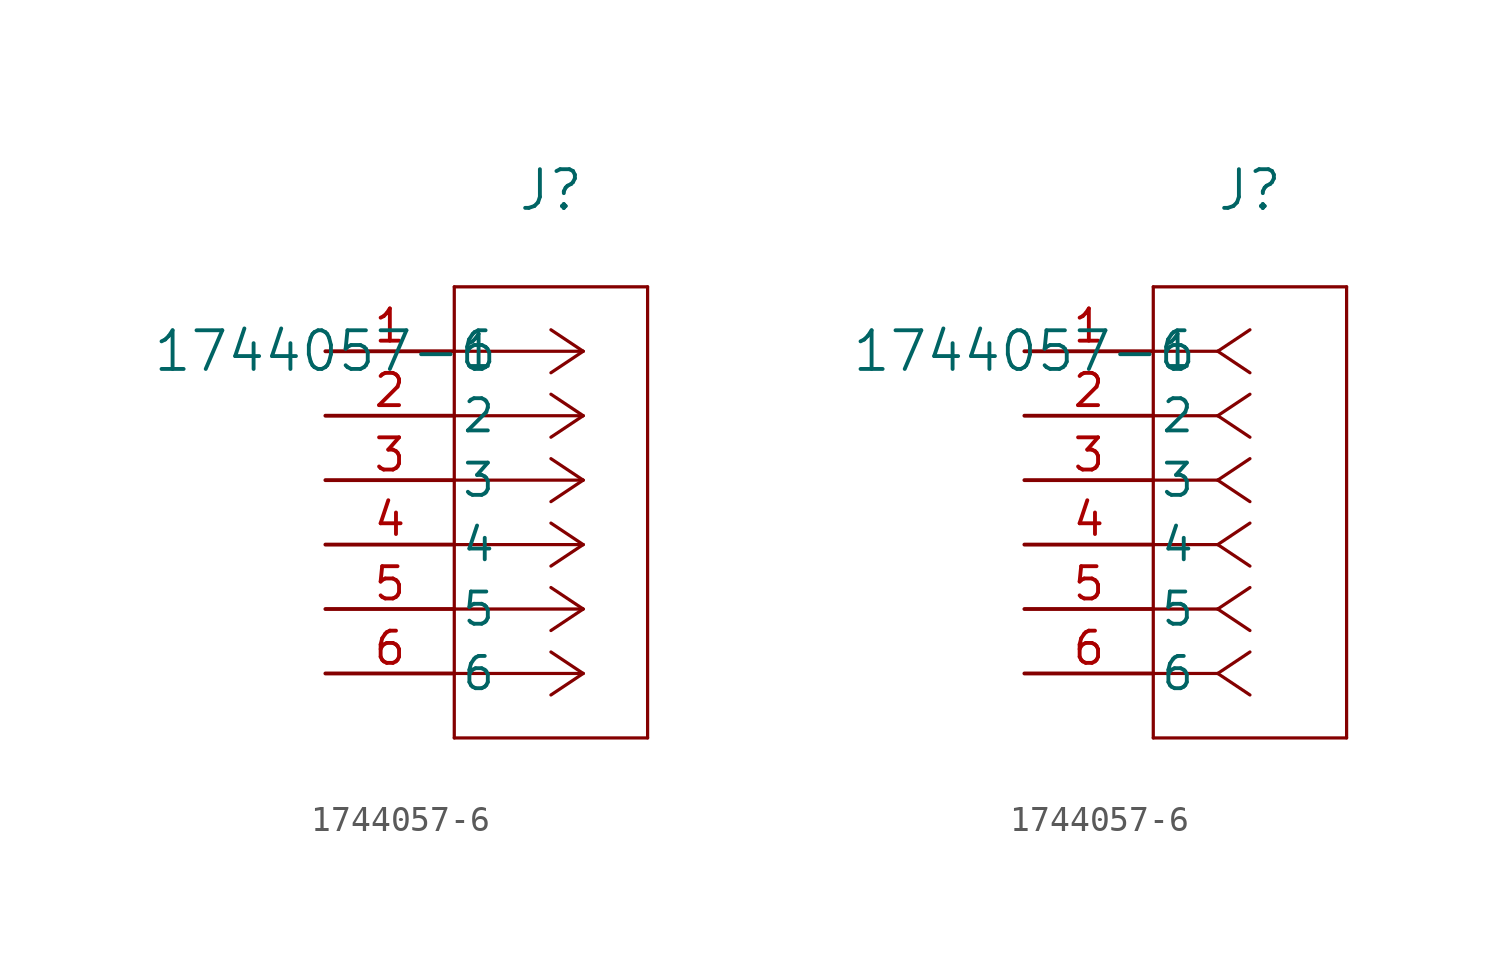
<source format=kicad_sym>
(kicad_symbol_lib
  (version 20211014)
  (generator kicad_symbol_editor)
  (symbol "1744057-6"
    (pin_names
      (offset 0.254))
    (property "Reference" "J"
      (at 8.89 6.35 0)
      (effects (font (size 1.524 1.524))))
    (property "Value" "1744057-6"
      (at 0 0 0)
      (effects (font (size 1.524 1.524))))
    (symbol "1744057-6_1_1"
      (polyline (pts (xy 10.16 0) (xy 5.08 0)) (stroke (width 0.127) (type default) (color 0 0 0 0)) (fill (type none)))
      (polyline (pts (xy 10.16 -2.54) (xy 5.08 -2.54)) (stroke (width 0.127) (type default) (color 0 0 0 0)) (fill (type none)))
      (polyline (pts (xy 10.16 -5.08) (xy 5.08 -5.08)) (stroke (width 0.127) (type default) (color 0 0 0 0)) (fill (type none)))
      (polyline (pts (xy 10.16 -7.62) (xy 5.08 -7.62)) (stroke (width 0.127) (type default) (color 0 0 0 0)) (fill (type none)))
      (polyline (pts (xy 10.16 -10.16) (xy 5.08 -10.16)) (stroke (width 0.127) (type default) (color 0 0 0 0)) (fill (type none)))
      (polyline (pts (xy 10.16 -12.7) (xy 5.08 -12.7)) (stroke (width 0.127) (type default) (color 0 0 0 0)) (fill (type none)))
      (polyline (pts (xy 10.16 0) (xy 8.89 0.847)) (stroke (width 0.127) (type default) (color 0 0 0 0)) (fill (type none)))
      (polyline (pts (xy 10.16 -2.54) (xy 8.89 -1.693)) (stroke (width 0.127) (type default) (color 0 0 0 0)) (fill (type none)))
      (polyline (pts (xy 10.16 -5.08) (xy 8.89 -4.233)) (stroke (width 0.127) (type default) (color 0 0 0 0)) (fill (type none)))
      (polyline (pts (xy 10.16 -7.62) (xy 8.89 -6.773)) (stroke (width 0.127) (type default) (color 0 0 0 0)) (fill (type none)))
      (polyline (pts (xy 10.16 -10.16) (xy 8.89 -9.313)) (stroke (width 0.127) (type default) (color 0 0 0 0)) (fill (type none)))
      (polyline (pts (xy 10.16 -12.7) (xy 8.89 -11.853)) (stroke (width 0.127) (type default) (color 0 0 0 0)) (fill (type none)))
      (polyline (pts (xy 10.16 0) (xy 8.89 -0.847)) (stroke (width 0.127) (type default) (color 0 0 0 0)) (fill (type none)))
      (polyline (pts (xy 10.16 -2.54) (xy 8.89 -3.387)) (stroke (width 0.127) (type default) (color 0 0 0 0)) (fill (type none)))
      (polyline (pts (xy 10.16 -5.08) (xy 8.89 -5.927)) (stroke (width 0.127) (type default) (color 0 0 0 0)) (fill (type none)))
      (polyline (pts (xy 10.16 -7.62) (xy 8.89 -8.467)) (stroke (width 0.127) (type default) (color 0 0 0 0)) (fill (type none)))
      (polyline (pts (xy 10.16 -10.16) (xy 8.89 -11.007)) (stroke (width 0.127) (type default) (color 0 0 0 0)) (fill (type none)))
      (polyline (pts (xy 10.16 -12.7) (xy 8.89 -13.547)) (stroke (width 0.127) (type default) (color 0 0 0 0)) (fill (type none)))
      (polyline (pts (xy 5.08 2.54) (xy 5.08 -15.24)) (stroke (width 0.127) (type default) (color 0 0 0 0)) (fill (type none)))
      (polyline (pts (xy 5.08 -15.24) (xy 12.7 -15.24)) (stroke (width 0.127) (type default) (color 0 0 0 0)) (fill (type none)))
      (polyline (pts (xy 12.7 -15.24) (xy 12.7 2.54)) (stroke (width 0.127) (type default) (color 0 0 0 0)) (fill (type none)))
      (polyline (pts (xy 12.7 2.54) (xy 5.08 2.54)) (stroke (width 0.127) (type default) (color 0 0 0 0)) (fill (type none)))
      (pin unspecified line (at 0 0 0) (length 5.08) (name "1" (effects (font (size 1.27 1.27)))) (number "1" (effects (font (size 1.27 1.27)))))
      (pin unspecified line (at 0 -2.54 0) (length 5.08) (name "2" (effects (font (size 1.27 1.27)))) (number "2" (effects (font (size 1.27 1.27)))))
      (pin unspecified line (at 0 -5.08 0) (length 5.08) (name "3" (effects (font (size 1.27 1.27)))) (number "3" (effects (font (size 1.27 1.27)))))
      (pin unspecified line (at 0 -7.62 0) (length 5.08) (name "4" (effects (font (size 1.27 1.27)))) (number "4" (effects (font (size 1.27 1.27)))))
      (pin unspecified line (at 0 -10.16 0) (length 5.08) (name "5" (effects (font (size 1.27 1.27)))) (number "5" (effects (font (size 1.27 1.27)))))
      (pin unspecified line (at 0 -12.7 0) (length 5.08) (name "6" (effects (font (size 1.27 1.27)))) (number "6" (effects (font (size 1.27 1.27))))))
    (symbol "1744057-6_1_2"
      (polyline (pts (xy 7.62 0) (xy 5.08 0)) (stroke (width 0.127) (type default) (color 0 0 0 0)) (fill (type none)))
      (polyline (pts (xy 7.62 -2.54) (xy 5.08 -2.54)) (stroke (width 0.127) (type default) (color 0 0 0 0)) (fill (type none)))
      (polyline (pts (xy 7.62 -5.08) (xy 5.08 -5.08)) (stroke (width 0.127) (type default) (color 0 0 0 0)) (fill (type none)))
      (polyline (pts (xy 7.62 -7.62) (xy 5.08 -7.62)) (stroke (width 0.127) (type default) (color 0 0 0 0)) (fill (type none)))
      (polyline (pts (xy 7.62 -10.16) (xy 5.08 -10.16)) (stroke (width 0.127) (type default) (color 0 0 0 0)) (fill (type none)))
      (polyline (pts (xy 7.62 -12.7) (xy 5.08 -12.7)) (stroke (width 0.127) (type default) (color 0 0 0 0)) (fill (type none)))
      (polyline (pts (xy 7.62 0) (xy 8.89 0.847)) (stroke (width 0.127) (type default) (color 0 0 0 0)) (fill (type none)))
      (polyline (pts (xy 7.62 -2.54) (xy 8.89 -1.693)) (stroke (width 0.127) (type default) (color 0 0 0 0)) (fill (type none)))
      (polyline (pts (xy 7.62 -5.08) (xy 8.89 -4.233)) (stroke (width 0.127) (type default) (color 0 0 0 0)) (fill (type none)))
      (polyline (pts (xy 7.62 -7.62) (xy 8.89 -6.773)) (stroke (width 0.127) (type default) (color 0 0 0 0)) (fill (type none)))
      (polyline (pts (xy 7.62 -10.16) (xy 8.89 -9.313)) (stroke (width 0.127) (type default) (color 0 0 0 0)) (fill (type none)))
      (polyline (pts (xy 7.62 -12.7) (xy 8.89 -11.853)) (stroke (width 0.127) (type default) (color 0 0 0 0)) (fill (type none)))
      (polyline (pts (xy 7.62 0) (xy 8.89 -0.847)) (stroke (width 0.127) (type default) (color 0 0 0 0)) (fill (type none)))
      (polyline (pts (xy 7.62 -2.54) (xy 8.89 -3.387)) (stroke (width 0.127) (type default) (color 0 0 0 0)) (fill (type none)))
      (polyline (pts (xy 7.62 -5.08) (xy 8.89 -5.927)) (stroke (width 0.127) (type default) (color 0 0 0 0)) (fill (type none)))
      (polyline (pts (xy 7.62 -7.62) (xy 8.89 -8.467)) (stroke (width 0.127) (type default) (color 0 0 0 0)) (fill (type none)))
      (polyline (pts (xy 7.62 -10.16) (xy 8.89 -11.007)) (stroke (width 0.127) (type default) (color 0 0 0 0)) (fill (type none)))
      (polyline (pts (xy 7.62 -12.7) (xy 8.89 -13.547)) (stroke (width 0.127) (type default) (color 0 0 0 0)) (fill (type none)))
      (polyline (pts (xy 5.08 2.54) (xy 5.08 -15.24)) (stroke (width 0.127) (type default) (color 0 0 0 0)) (fill (type none)))
      (polyline (pts (xy 5.08 -15.24) (xy 12.7 -15.24)) (stroke (width 0.127) (type default) (color 0 0 0 0)) (fill (type none)))
      (polyline (pts (xy 12.7 -15.24) (xy 12.7 2.54)) (stroke (width 0.127) (type default) (color 0 0 0 0)) (fill (type none)))
      (polyline (pts (xy 12.7 2.54) (xy 5.08 2.54)) (stroke (width 0.127) (type default) (color 0 0 0 0)) (fill (type none)))
      (pin unspecified line (at 0 0 0) (length 5.08) (name "1" (effects (font (size 1.27 1.27)))) (number "1" (effects (font (size 1.27 1.27)))))
      (pin unspecified line (at 0 -2.54 0) (length 5.08) (name "2" (effects (font (size 1.27 1.27)))) (number "2" (effects (font (size 1.27 1.27)))))
      (pin unspecified line (at 0 -5.08 0) (length 5.08) (name "3" (effects (font (size 1.27 1.27)))) (number "3" (effects (font (size 1.27 1.27)))))
      (pin unspecified line (at 0 -7.62 0) (length 5.08) (name "4" (effects (font (size 1.27 1.27)))) (number "4" (effects (font (size 1.27 1.27)))))
      (pin unspecified line (at 0 -10.16 0) (length 5.08) (name "5" (effects (font (size 1.27 1.27)))) (number "5" (effects (font (size 1.27 1.27)))))
      (pin unspecified line (at 0 -12.7 0) (length 5.08) (name "6" (effects (font (size 1.27 1.27)))) (number "6" (effects (font (size 1.27 1.27))))))))
</source>
